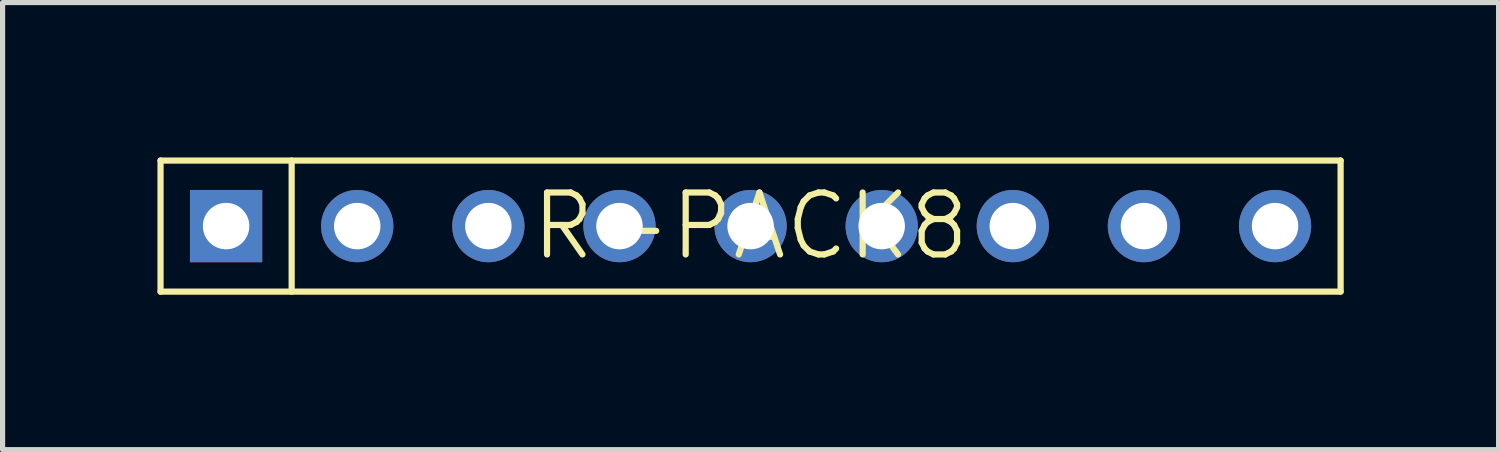
<source format=kicad_pcb>
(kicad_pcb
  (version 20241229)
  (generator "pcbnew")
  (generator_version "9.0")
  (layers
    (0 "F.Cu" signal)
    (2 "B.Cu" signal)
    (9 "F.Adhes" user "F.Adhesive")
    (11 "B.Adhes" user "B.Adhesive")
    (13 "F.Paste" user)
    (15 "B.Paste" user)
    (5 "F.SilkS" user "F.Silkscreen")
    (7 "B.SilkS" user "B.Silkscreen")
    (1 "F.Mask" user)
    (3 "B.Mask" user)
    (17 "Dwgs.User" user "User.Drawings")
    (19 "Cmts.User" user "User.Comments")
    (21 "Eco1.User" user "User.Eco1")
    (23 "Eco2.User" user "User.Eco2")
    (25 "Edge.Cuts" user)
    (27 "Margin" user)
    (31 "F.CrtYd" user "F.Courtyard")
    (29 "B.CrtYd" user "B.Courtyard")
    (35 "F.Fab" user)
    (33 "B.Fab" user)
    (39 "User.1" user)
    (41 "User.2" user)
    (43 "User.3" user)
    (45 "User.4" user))
  (footprint "R-PACK8"
    (layer "F.Cu")
    (at 11.49 1.33)
    (property "Reference" "R-PACK8" (at 0 0 0) (layer "F.SilkS") (effects (font (size 1.2 1.2) (thickness 0.12))))
    (attr through_hole)
    (fp_line (start -11.43 1.27) (end -11.43 -1.27) (stroke (width 0.12) (type solid)) (layer "F.SilkS"))
    (fp_line (start -8.89 -1.27) (end -8.89 1.27) (stroke (width 0.12) (type solid)) (layer "F.SilkS"))
    (fp_line (start 11.43 -1.27) (end -11.43 -1.27) (stroke (width 0.12) (type solid)) (layer "F.SilkS"))
    (fp_line (start 11.43 -1.27) (end 11.43 1.27) (stroke (width 0.12) (type solid)) (layer "F.SilkS"))
    (fp_line (start 11.43 1.27) (end -11.43 1.27) (stroke (width 0.12) (type solid)) (layer "F.SilkS"))
    (pad "1" thru_hole rect (at -10.16 0) (size 1.4 1.4) (drill 0.9) (layers "*.Cu" "*.Mask"))
    (pad "2" thru_hole circle (at -7.62 0) (size 1.4 1.4) (drill 0.9) (layers "*.Cu" "*.Mask"))
    (pad "3" thru_hole circle (at -5.08 0) (size 1.4 1.4) (drill 0.9) (layers "*.Cu" "*.Mask"))
    (pad "4" thru_hole circle (at -2.54 0) (size 1.4 1.4) (drill 0.9) (layers "*.Cu" "*.Mask"))
    (pad "5" thru_hole circle (at 0 0) (size 1.4 1.4) (drill 0.9) (layers "*.Cu" "*.Mask"))
    (pad "6" thru_hole circle (at 2.54 0) (size 1.4 1.4) (drill 0.9) (layers "*.Cu" "*.Mask"))
    (pad "7" thru_hole circle (at 5.08 0) (size 1.4 1.4) (drill 0.9) (layers "*.Cu" "*.Mask"))
    (pad "8" thru_hole circle (at 7.62 0) (size 1.4 1.4) (drill 0.9) (layers "*.Cu" "*.Mask"))
    (pad "9" thru_hole circle (at 10.16 0) (size 1.4 1.4) (drill 0.9) (layers "*.Cu" "*.Mask")))
  (gr_rect
    (start -3 -3)
    (end 25.98 5.66)
    (stroke (width 0.1) (type default))
    (fill no)
    (layer "Edge.Cuts")))
</source>
